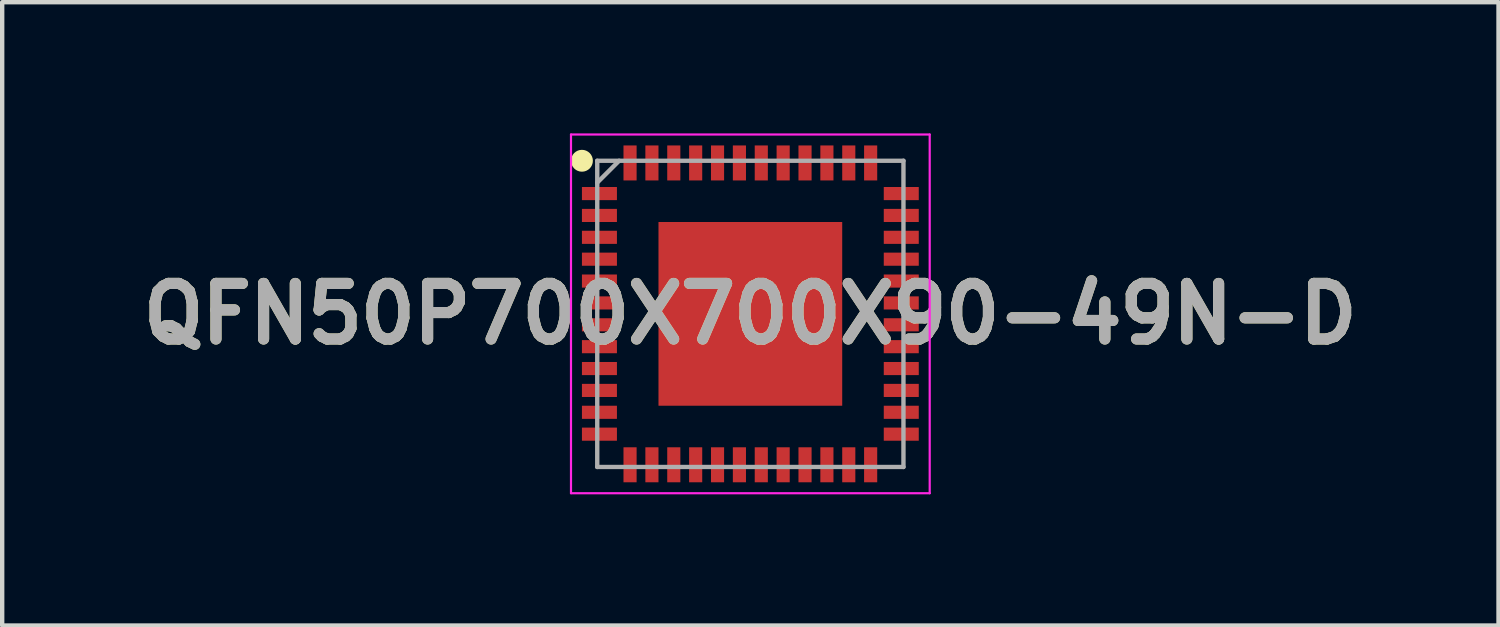
<source format=kicad_pcb>
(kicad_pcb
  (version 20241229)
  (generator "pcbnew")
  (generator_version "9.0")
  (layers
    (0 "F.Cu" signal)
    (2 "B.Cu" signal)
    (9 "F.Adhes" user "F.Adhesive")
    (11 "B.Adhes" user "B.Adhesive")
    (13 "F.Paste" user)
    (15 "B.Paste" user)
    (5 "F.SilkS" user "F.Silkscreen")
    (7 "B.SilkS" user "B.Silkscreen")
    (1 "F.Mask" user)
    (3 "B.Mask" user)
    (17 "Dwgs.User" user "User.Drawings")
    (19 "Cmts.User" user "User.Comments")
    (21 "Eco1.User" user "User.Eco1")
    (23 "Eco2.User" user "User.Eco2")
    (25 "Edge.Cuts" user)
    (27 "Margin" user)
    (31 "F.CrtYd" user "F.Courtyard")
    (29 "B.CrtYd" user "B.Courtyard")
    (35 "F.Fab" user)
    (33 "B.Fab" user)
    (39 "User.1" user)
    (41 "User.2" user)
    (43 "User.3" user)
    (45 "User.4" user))
  (footprint "QFN50P700X700X90-49N-D"
    (layer "F.Cu")
    (at 14.103 4.125)
    (property "Reference" "QFN50P700X700X90-49N-D" (at 0 0 0) (layer "F.SilkS") (effects (font (size 1.27 1.27) (thickness 0.254))))
    (attr smd)
    (fp_circle (center -3.85 -3.5) (end -3.85 -3.375) (stroke (width 0.25) (type solid)) (fill no) (layer "F.SilkS"))
    (fp_line (start -4.1 -4.1) (end 4.1 -4.1) (stroke (width 0.05) (type solid)) (layer "F.CrtYd"))
    (fp_line (start -4.1 4.1) (end -4.1 -4.1) (stroke (width 0.05) (type solid)) (layer "F.CrtYd"))
    (fp_line (start 4.1 -4.1) (end 4.1 4.1) (stroke (width 0.05) (type solid)) (layer "F.CrtYd"))
    (fp_line (start 4.1 4.1) (end -4.1 4.1) (stroke (width 0.05) (type solid)) (layer "F.CrtYd"))
    (fp_line (start -3.5 -3.5) (end 3.5 -3.5) (stroke (width 0.1) (type solid)) (layer "F.Fab"))
    (fp_line (start -3.5 -3) (end -3 -3.5) (stroke (width 0.1) (type solid)) (layer "F.Fab"))
    (fp_line (start -3.5 3.5) (end -3.5 -3.5) (stroke (width 0.1) (type solid)) (layer "F.Fab"))
    (fp_line (start 3.5 -3.5) (end 3.5 3.5) (stroke (width 0.1) (type solid)) (layer "F.Fab"))
    (fp_line (start 3.5 3.5) (end -3.5 3.5) (stroke (width 0.1) (type solid)) (layer "F.Fab"))
    (fp_text user "${REFERENCE}" (at 0 0 0) (layer "F.Fab") (effects (font (size 1.27 1.27) (thickness 0.254))))
    (pad "1" smd rect (at -3.45 -2.75 90) (size 0.3 0.8) (layers "F.Cu" "F.Mask" "F.Paste"))
    (pad "2" smd rect (at -3.45 -2.25 90) (size 0.3 0.8) (layers "F.Cu" "F.Mask" "F.Paste"))
    (pad "3" smd rect (at -3.45 -1.75 90) (size 0.3 0.8) (layers "F.Cu" "F.Mask" "F.Paste"))
    (pad "4" smd rect (at -3.45 -1.25 90) (size 0.3 0.8) (layers "F.Cu" "F.Mask" "F.Paste"))
    (pad "5" smd rect (at -3.45 -0.75 90) (size 0.3 0.8) (layers "F.Cu" "F.Mask" "F.Paste"))
    (pad "6" smd rect (at -3.45 -0.25 90) (size 0.3 0.8) (layers "F.Cu" "F.Mask" "F.Paste"))
    (pad "7" smd rect (at -3.45 0.25 90) (size 0.3 0.8) (layers "F.Cu" "F.Mask" "F.Paste"))
    (pad "8" smd rect (at -3.45 0.75 90) (size 0.3 0.8) (layers "F.Cu" "F.Mask" "F.Paste"))
    (pad "9" smd rect (at -3.45 1.25 90) (size 0.3 0.8) (layers "F.Cu" "F.Mask" "F.Paste"))
    (pad "10" smd rect (at -3.45 1.75 90) (size 0.3 0.8) (layers "F.Cu" "F.Mask" "F.Paste"))
    (pad "11" smd rect (at -3.45 2.25 90) (size 0.3 0.8) (layers "F.Cu" "F.Mask" "F.Paste"))
    (pad "12" smd rect (at -3.45 2.75 90) (size 0.3 0.8) (layers "F.Cu" "F.Mask" "F.Paste"))
    (pad "13" smd rect (at -2.75 3.45) (size 0.3 0.8) (layers "F.Cu" "F.Mask" "F.Paste"))
    (pad "14" smd rect (at -2.25 3.45) (size 0.3 0.8) (layers "F.Cu" "F.Mask" "F.Paste"))
    (pad "15" smd rect (at -1.75 3.45) (size 0.3 0.8) (layers "F.Cu" "F.Mask" "F.Paste"))
    (pad "16" smd rect (at -1.25 3.45) (size 0.3 0.8) (layers "F.Cu" "F.Mask" "F.Paste"))
    (pad "17" smd rect (at -0.75 3.45) (size 0.3 0.8) (layers "F.Cu" "F.Mask" "F.Paste"))
    (pad "18" smd rect (at -0.25 3.45) (size 0.3 0.8) (layers "F.Cu" "F.Mask" "F.Paste"))
    (pad "19" smd rect (at 0.25 3.45) (size 0.3 0.8) (layers "F.Cu" "F.Mask" "F.Paste"))
    (pad "20" smd rect (at 0.75 3.45) (size 0.3 0.8) (layers "F.Cu" "F.Mask" "F.Paste"))
    (pad "21" smd rect (at 1.25 3.45) (size 0.3 0.8) (layers "F.Cu" "F.Mask" "F.Paste"))
    (pad "22" smd rect (at 1.75 3.45) (size 0.3 0.8) (layers "F.Cu" "F.Mask" "F.Paste"))
    (pad "23" smd rect (at 2.25 3.45) (size 0.3 0.8) (layers "F.Cu" "F.Mask" "F.Paste"))
    (pad "24" smd rect (at 2.75 3.45) (size 0.3 0.8) (layers "F.Cu" "F.Mask" "F.Paste"))
    (pad "25" smd rect (at 3.45 2.75 90) (size 0.3 0.8) (layers "F.Cu" "F.Mask" "F.Paste"))
    (pad "26" smd rect (at 3.45 2.25 90) (size 0.3 0.8) (layers "F.Cu" "F.Mask" "F.Paste"))
    (pad "27" smd rect (at 3.45 1.75 90) (size 0.3 0.8) (layers "F.Cu" "F.Mask" "F.Paste"))
    (pad "28" smd rect (at 3.45 1.25 90) (size 0.3 0.8) (layers "F.Cu" "F.Mask" "F.Paste"))
    (pad "29" smd rect (at 3.45 0.75 90) (size 0.3 0.8) (layers "F.Cu" "F.Mask" "F.Paste"))
    (pad "30" smd rect (at 3.45 0.25 90) (size 0.3 0.8) (layers "F.Cu" "F.Mask" "F.Paste"))
    (pad "31" smd rect (at 3.45 -0.25 90) (size 0.3 0.8) (layers "F.Cu" "F.Mask" "F.Paste"))
    (pad "32" smd rect (at 3.45 -0.75 90) (size 0.3 0.8) (layers "F.Cu" "F.Mask" "F.Paste"))
    (pad "33" smd rect (at 3.45 -1.25 90) (size 0.3 0.8) (layers "F.Cu" "F.Mask" "F.Paste"))
    (pad "34" smd rect (at 3.45 -1.75 90) (size 0.3 0.8) (layers "F.Cu" "F.Mask" "F.Paste"))
    (pad "35" smd rect (at 3.45 -2.25 90) (size 0.3 0.8) (layers "F.Cu" "F.Mask" "F.Paste"))
    (pad "36" smd rect (at 3.45 -2.75 90) (size 0.3 0.8) (layers "F.Cu" "F.Mask" "F.Paste"))
    (pad "37" smd rect (at 2.75 -3.45) (size 0.3 0.8) (layers "F.Cu" "F.Mask" "F.Paste"))
    (pad "38" smd rect (at 2.25 -3.45) (size 0.3 0.8) (layers "F.Cu" "F.Mask" "F.Paste"))
    (pad "39" smd rect (at 1.75 -3.45) (size 0.3 0.8) (layers "F.Cu" "F.Mask" "F.Paste"))
    (pad "40" smd rect (at 1.25 -3.45) (size 0.3 0.8) (layers "F.Cu" "F.Mask" "F.Paste"))
    (pad "41" smd rect (at 0.75 -3.45) (size 0.3 0.8) (layers "F.Cu" "F.Mask" "F.Paste"))
    (pad "42" smd rect (at 0.25 -3.45) (size 0.3 0.8) (layers "F.Cu" "F.Mask" "F.Paste"))
    (pad "43" smd rect (at -0.25 -3.45) (size 0.3 0.8) (layers "F.Cu" "F.Mask" "F.Paste"))
    (pad "44" smd rect (at -0.75 -3.45) (size 0.3 0.8) (layers "F.Cu" "F.Mask" "F.Paste"))
    (pad "45" smd rect (at -1.25 -3.45) (size 0.3 0.8) (layers "F.Cu" "F.Mask" "F.Paste"))
    (pad "46" smd rect (at -1.75 -3.45) (size 0.3 0.8) (layers "F.Cu" "F.Mask" "F.Paste"))
    (pad "47" smd rect (at -2.25 -3.45) (size 0.3 0.8) (layers "F.Cu" "F.Mask" "F.Paste"))
    (pad "48" smd rect (at -2.75 -3.45) (size 0.3 0.8) (layers "F.Cu" "F.Mask" "F.Paste"))
    (pad "49" smd rect (at 0 0) (size 4.2 4.2) (layers "F.Cu" "F.Mask" "F.Paste")))
  (gr_rect
    (start -3 -3)
    (end 31.206 11.25)
    (stroke (width 0.1) (type default))
    (fill no)
    (layer "Edge.Cuts")))
</source>
